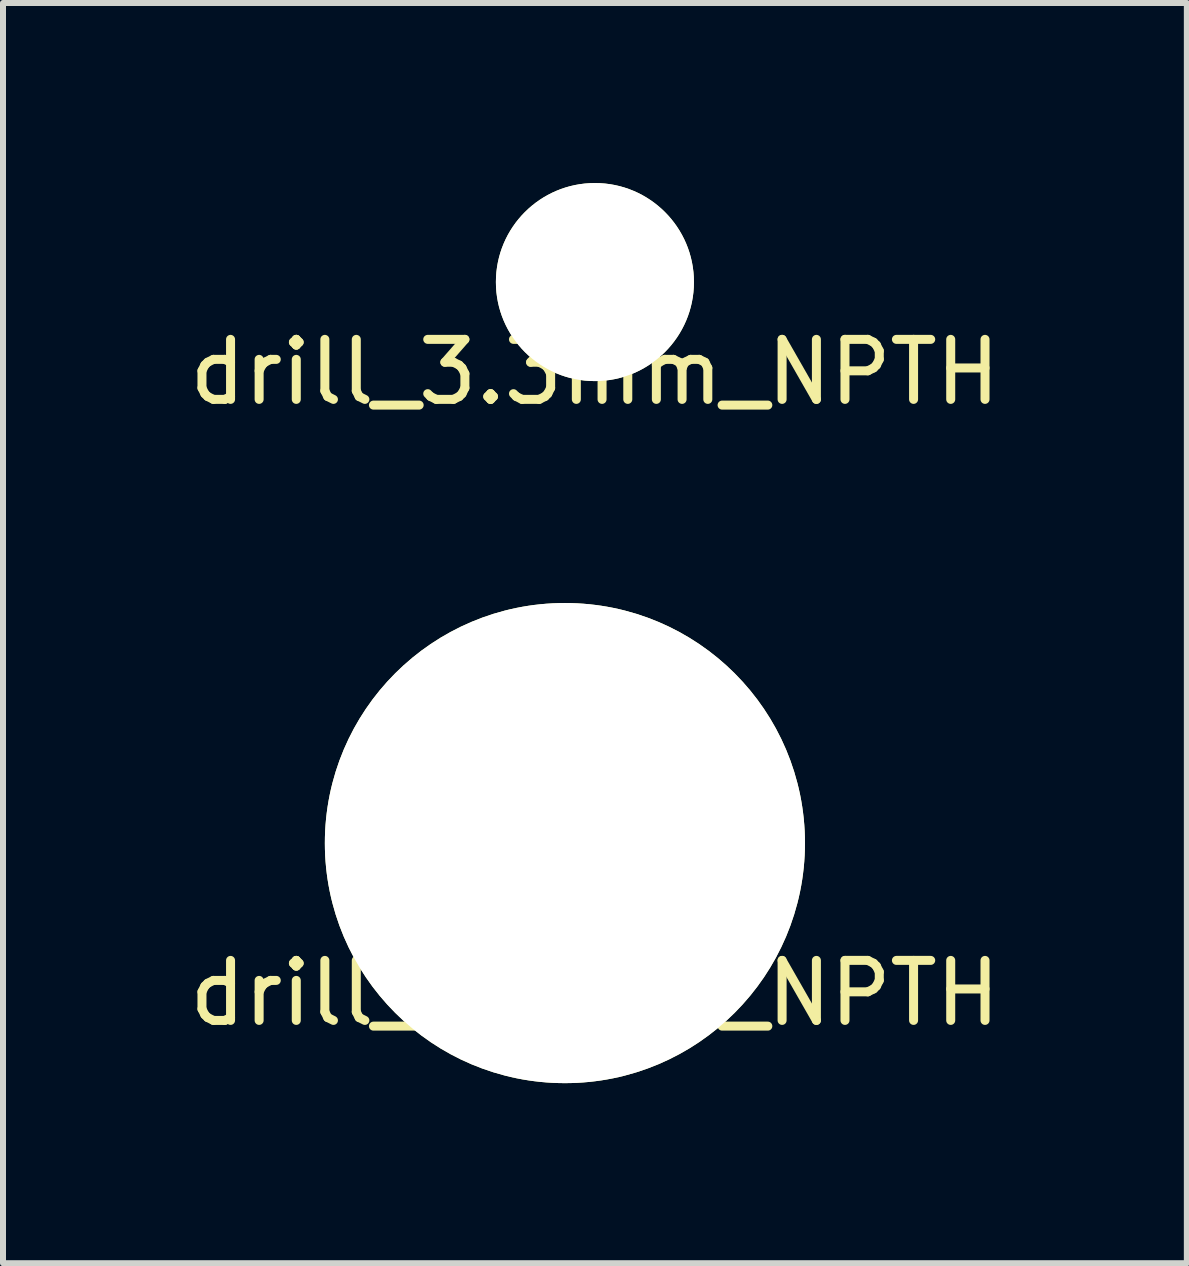
<source format=kicad_pcb>
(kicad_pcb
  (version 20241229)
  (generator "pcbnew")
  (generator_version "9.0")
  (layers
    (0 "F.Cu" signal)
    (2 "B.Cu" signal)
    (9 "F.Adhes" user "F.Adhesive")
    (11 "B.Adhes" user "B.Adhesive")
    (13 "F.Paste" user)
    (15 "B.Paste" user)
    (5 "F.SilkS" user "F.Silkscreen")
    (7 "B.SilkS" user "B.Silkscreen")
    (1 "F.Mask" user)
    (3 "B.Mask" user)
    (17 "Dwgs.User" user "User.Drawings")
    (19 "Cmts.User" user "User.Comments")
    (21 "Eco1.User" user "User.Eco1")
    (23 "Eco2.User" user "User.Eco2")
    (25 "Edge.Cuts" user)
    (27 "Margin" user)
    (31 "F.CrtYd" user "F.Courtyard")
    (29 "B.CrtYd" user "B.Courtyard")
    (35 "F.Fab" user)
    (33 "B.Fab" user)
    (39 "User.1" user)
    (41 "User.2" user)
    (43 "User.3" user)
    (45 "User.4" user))
  (footprint "drill_3.3mm_NPTH"
    (layer "F.Cu")
    (at 6.863 1.65)
    (property "Reference" "drill_3.3mm_NPTH" (at 0 1.5 0) (layer "F.SilkS") (effects (font (size 1 1) (thickness 0.15))))
    (attr through_hole)
    (pad "" np_thru_hole circle (at 0 0) (size 3.3 3.3) (drill 3.3) (layers "*.Cu" "*.Mask" "F.SilkS")))
  (footprint "drill_8.0mm_NPTH"
    (layer "F.Cu")
    (at 6.363 10.998)
    (property "Reference" "drill_8.0mm_NPTH" (at 0.5 2.5 0) (layer "F.SilkS") (effects (font (size 1 1) (thickness 0.15))))
    (attr through_hole)
    (pad "" np_thru_hole circle (at 0 0) (size 8 8) (drill 8) (layers "*.Cu" "*.Mask" "F.SilkS")))
  (gr_rect
    (start -3 -3)
    (end 16.726 17.998)
    (stroke (width 0.1) (type default))
    (fill no)
    (layer "Edge.Cuts")))
</source>
